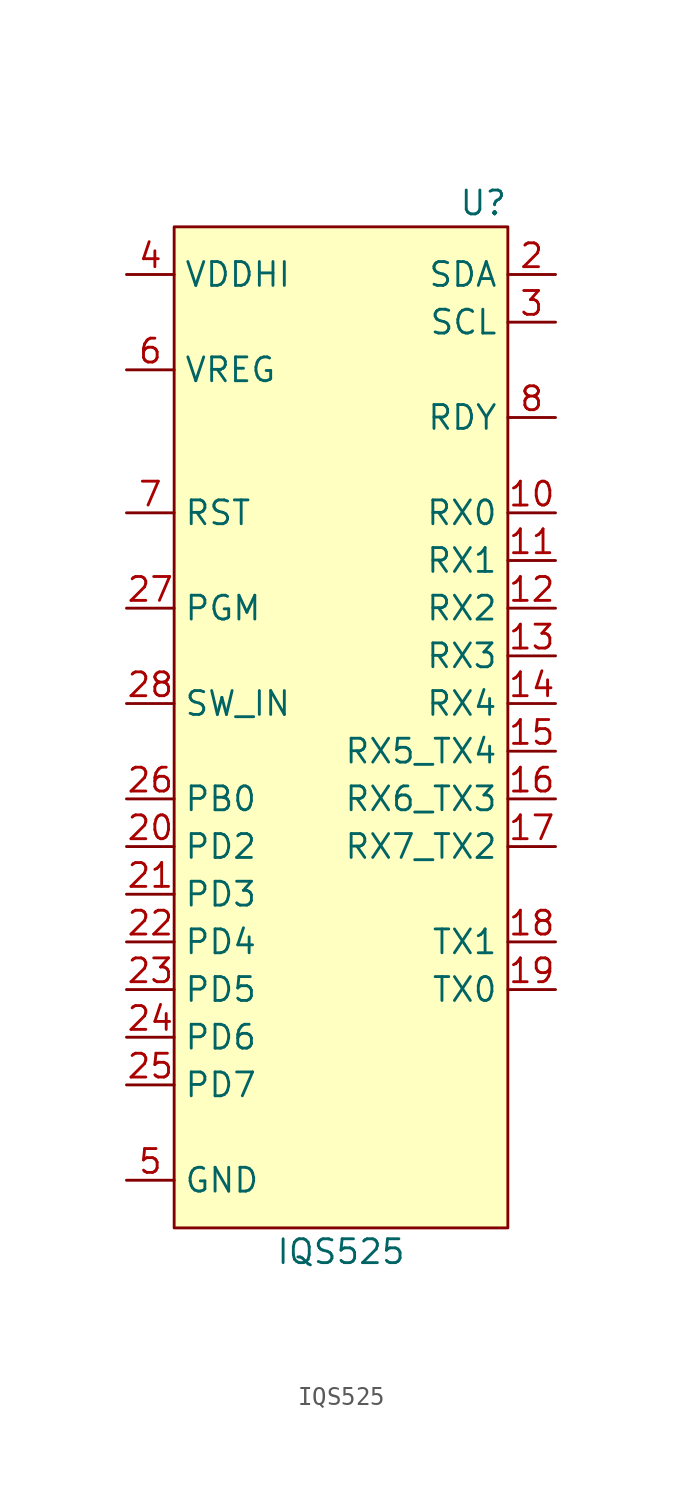
<source format=kicad_sym>
(kicad_symbol_lib
  (version 20220914)
  (generator kicad_symbol_editor)
  (symbol "IQS525"
    (property "Reference" "U"
      (at 8.89 24.13 0)
      (effects (font (size 1.27 1.27)) (justify right)))
    (property "Value" "IQS525"
      (at 0 -31.75 0)
      (effects (font (size 1.27 1.27))))
    (symbol "IQS525_0_0"
      (pin bidirectional line (at 11.43 7.62 180) (length 2.54) (name "RX0" (effects (font (size 1.27 1.27)))) (number "10" (effects (font (size 1.27 1.27)))))
      (pin bidirectional line (at 11.43 5.08 180) (length 2.54) (name "RX1" (effects (font (size 1.27 1.27)))) (number "11" (effects (font (size 1.27 1.27)))))
      (pin bidirectional line (at 11.43 2.54 180) (length 2.54) (name "RX2" (effects (font (size 1.27 1.27)))) (number "12" (effects (font (size 1.27 1.27)))))
      (pin bidirectional line (at 11.43 0 180) (length 2.54) (name "RX3" (effects (font (size 1.27 1.27)))) (number "13" (effects (font (size 1.27 1.27)))))
      (pin bidirectional line (at 11.43 -2.54 180) (length 2.54) (name "RX4" (effects (font (size 1.27 1.27)))) (number "14" (effects (font (size 1.27 1.27)))))
      (pin bidirectional line (at 11.43 -5.08 180) (length 2.54) (name "RX5_TX4" (effects (font (size 1.27 1.27)))) (number "15" (effects (font (size 1.27 1.27)))))
      (pin bidirectional line (at 11.43 -7.62 180) (length 2.54) (name "RX6_TX3" (effects (font (size 1.27 1.27)))) (number "16" (effects (font (size 1.27 1.27)))))
      (pin bidirectional line (at 11.43 -10.16 180) (length 2.54) (name "RX7_TX2" (effects (font (size 1.27 1.27)))) (number "17" (effects (font (size 1.27 1.27)))))
      (pin bidirectional line (at 11.43 -15.24 180) (length 2.54) (name "TX1" (effects (font (size 1.27 1.27)))) (number "18" (effects (font (size 1.27 1.27)))))
      (pin bidirectional line (at 11.43 -17.78 180) (length 2.54) (name "TX0" (effects (font (size 1.27 1.27)))) (number "19" (effects (font (size 1.27 1.27)))))
      (pin bidirectional line (at 11.43 20.32 180) (length 2.54) (name "SDA" (effects (font (size 1.27 1.27)))) (number "2" (effects (font (size 1.27 1.27)))))
      (pin bidirectional line (at -11.43 -10.16 0) (length 2.54) (name "PD2" (effects (font (size 1.27 1.27)))) (number "20" (effects (font (size 1.27 1.27)))))
      (pin bidirectional line (at -11.43 -12.7 0) (length 2.54) (name "PD3" (effects (font (size 1.27 1.27)))) (number "21" (effects (font (size 1.27 1.27)))))
      (pin bidirectional line (at -11.43 -15.24 0) (length 2.54) (name "PD4" (effects (font (size 1.27 1.27)))) (number "22" (effects (font (size 1.27 1.27)))))
      (pin bidirectional line (at -11.43 -17.78 0) (length 2.54) (name "PD5" (effects (font (size 1.27 1.27)))) (number "23" (effects (font (size 1.27 1.27)))))
      (pin bidirectional line (at -11.43 -20.32 0) (length 2.54) (name "PD6" (effects (font (size 1.27 1.27)))) (number "24" (effects (font (size 1.27 1.27)))))
      (pin bidirectional line (at -11.43 -22.86 0) (length 2.54) (name "PD7" (effects (font (size 1.27 1.27)))) (number "25" (effects (font (size 1.27 1.27)))))
      (pin bidirectional line (at -11.43 -7.62 0) (length 2.54) (name "PB0" (effects (font (size 1.27 1.27)))) (number "26" (effects (font (size 1.27 1.27)))))
      (pin input line (at -11.43 2.54 0) (length 2.54) (name "PGM" (effects (font (size 1.27 1.27)))) (number "27" (effects (font (size 1.27 1.27)))))
      (pin bidirectional line (at -11.43 -2.54 0) (length 2.54) (name "SW_IN" (effects (font (size 1.27 1.27)))) (number "28" (effects (font (size 1.27 1.27)))))
      (pin input line (at 11.43 17.78 180) (length 2.54) (name "SCL" (effects (font (size 1.27 1.27)))) (number "3" (effects (font (size 1.27 1.27)))))
      (pin power_in line (at -11.43 20.32 0) (length 2.54) (name "VDDHI" (effects (font (size 1.27 1.27)))) (number "4" (effects (font (size 1.27 1.27)))))
      (pin power_in line (at -11.43 -27.94 0) (length 2.54) (name "GND" (effects (font (size 1.27 1.27)))) (number "5" (effects (font (size 1.27 1.27)))))
      (pin power_out line (at -11.43 15.24 0) (length 2.54) (name "VREG" (effects (font (size 1.27 1.27)))) (number "6" (effects (font (size 1.27 1.27)))))
      (pin input line (at -11.43 7.62 0) (length 2.54) (name "RST" (effects (font (size 1.27 1.27)))) (number "7" (effects (font (size 1.27 1.27)))))
      (pin output line (at 11.43 12.7 180) (length 2.54) (name "RDY" (effects (font (size 1.27 1.27)))) (number "8" (effects (font (size 1.27 1.27))))))
    (symbol "IQS525_1_0"
      (pin no_connect line (at 2.54 -21.59 0) (length 2.54) hide (name "NC" (effects (font (size 1.27 1.27)))) (number "1" (effects (font (size 1.27 1.27)))))
      (pin no_connect line (at 2.54 -19.05 0) (length 2.54) hide (name "NC" (effects (font (size 1.27 1.27)))) (number "9" (effects (font (size 1.27 1.27))))))
    (symbol "IQS525_1_1"
      (rectangle (start -8.89 22.86) (end 8.89 -30.48) (stroke (width 0) (type default)) (fill (type background))))))
</source>
